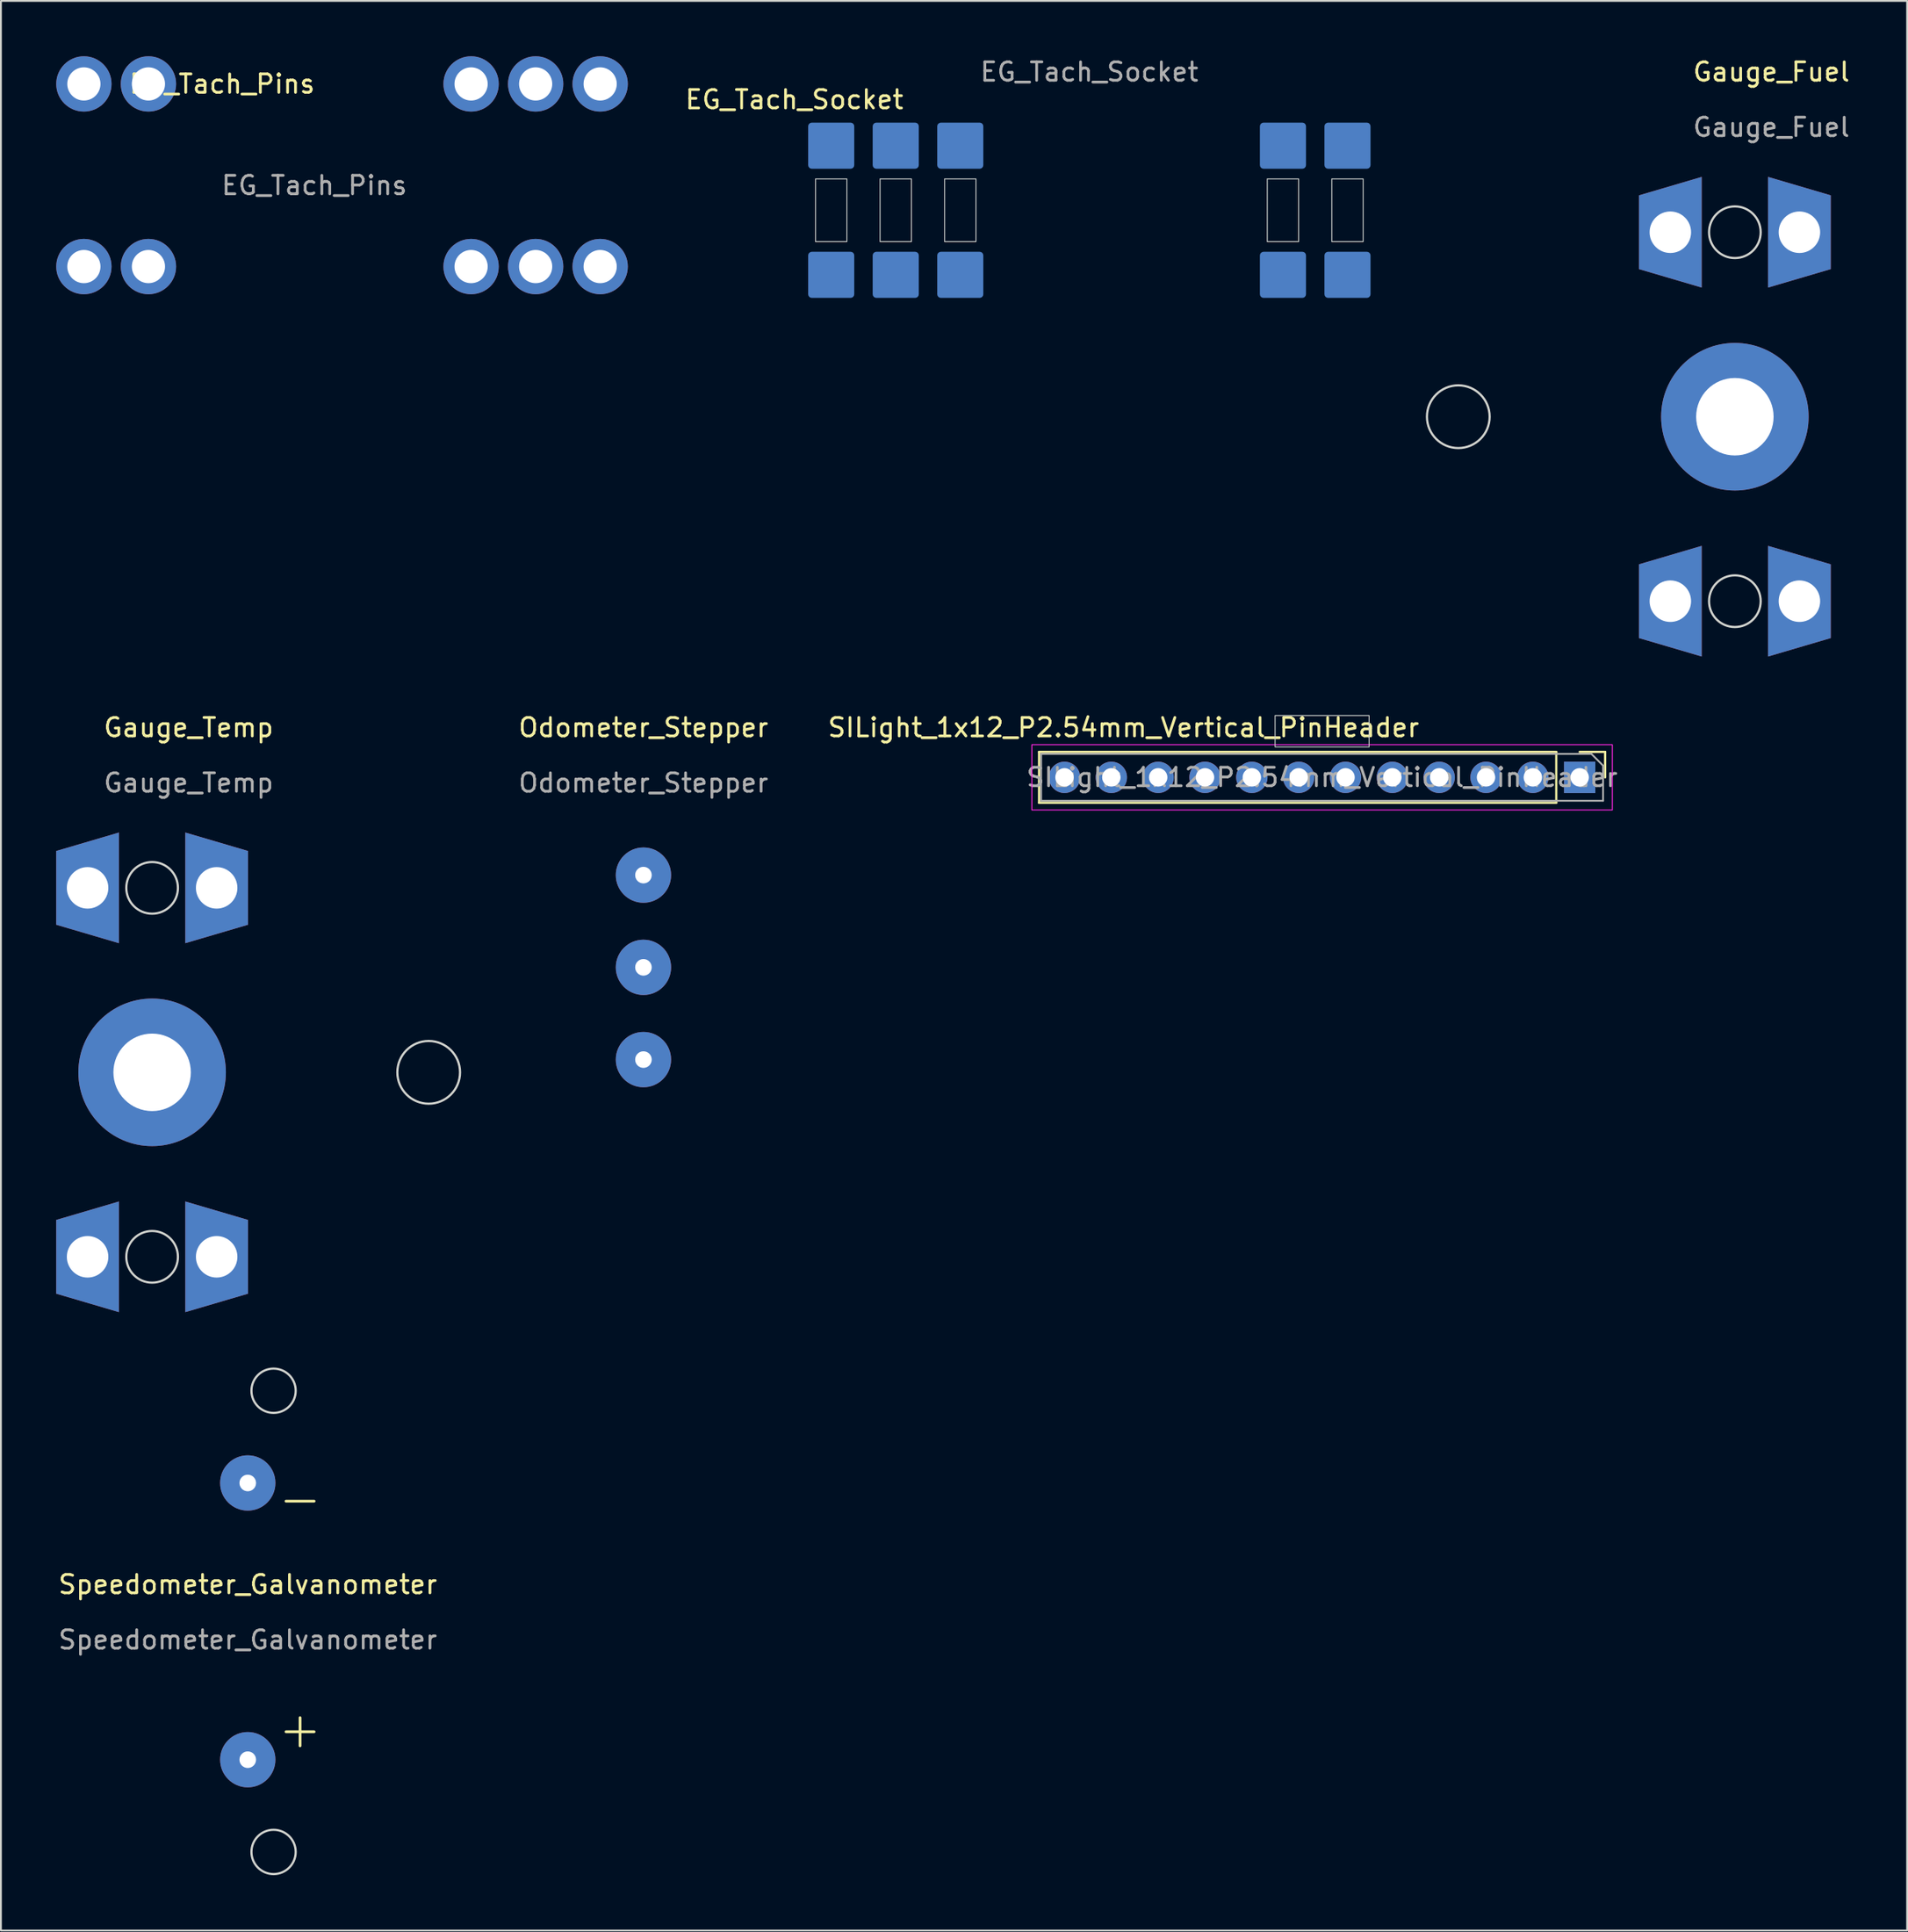
<source format=kicad_pcb>
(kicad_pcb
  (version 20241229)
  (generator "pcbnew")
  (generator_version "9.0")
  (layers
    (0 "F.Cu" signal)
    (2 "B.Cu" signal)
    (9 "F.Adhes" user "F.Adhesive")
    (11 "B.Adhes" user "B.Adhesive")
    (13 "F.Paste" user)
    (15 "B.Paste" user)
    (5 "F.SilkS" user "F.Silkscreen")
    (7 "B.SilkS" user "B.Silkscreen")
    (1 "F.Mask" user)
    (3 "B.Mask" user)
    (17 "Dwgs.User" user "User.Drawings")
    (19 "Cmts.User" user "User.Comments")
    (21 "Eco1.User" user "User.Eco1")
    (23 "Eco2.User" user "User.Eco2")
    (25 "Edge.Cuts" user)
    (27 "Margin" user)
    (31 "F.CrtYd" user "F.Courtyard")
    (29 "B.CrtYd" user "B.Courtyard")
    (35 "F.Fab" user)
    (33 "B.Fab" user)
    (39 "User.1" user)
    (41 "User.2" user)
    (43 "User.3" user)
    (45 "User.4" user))
  (footprint "EG_Tach_Socket"
    (layer "F.Cu")
    (at 42.03 8.348)
    (property "Reference" "EG_Tach_Socket" (at -2 -6 0) (unlocked yes) (layer "F.SilkS") (effects (font (size 1 1) (thickness 0.15))))
    (attr through_hole)
    (fp_rect (start -0.85 -1.7) (end 0.85 1.7) (stroke (width 0.05) (type solid)) (fill no) (layer "Edge.Cuts"))
    (fp_rect (start 2.65 -1.7) (end 4.35 1.7) (stroke (width 0.05) (type solid)) (fill no) (layer "Edge.Cuts"))
    (fp_rect (start 6.15 -1.7) (end 7.85 1.7) (stroke (width 0.05) (type solid)) (fill no) (layer "Edge.Cuts"))
    (fp_rect (start 23.65 -1.7) (end 25.35 1.7) (stroke (width 0.05) (type solid)) (fill no) (layer "Edge.Cuts"))
    (fp_rect (start 27.15 -1.7) (end 28.85 1.7) (stroke (width 0.05) (type solid)) (fill no) (layer "Edge.Cuts"))
    (fp_text user "${REFERENCE}" (at 14 -7.5 0) (unlocked yes) (layer "F.Fab") (effects (font (size 1 1) (thickness 0.15))))
    (pad "1" smd roundrect (at 28 -3.5 90) (size 2.5 2.5) (layers "B.Cu" "B.Mask" "B.Paste") (roundrect_rratio 0.079))
    (pad "1" smd roundrect (at 28 3.5 90) (size 2.5 2.5) (layers "B.Cu" "B.Mask" "B.Paste") (roundrect_rratio 0.079))
    (pad "2" smd roundrect (at 24.5 -3.5 90) (size 2.5 2.5) (layers "B.Cu" "B.Mask" "B.Paste") (roundrect_rratio 0.079))
    (pad "2" smd roundrect (at 24.5 3.5 90) (size 2.5 2.5) (layers "B.Cu" "B.Mask" "B.Paste") (roundrect_rratio 0.079))
    (pad "3" smd roundrect (at 7 -3.5 90) (size 2.5 2.5) (layers "B.Cu" "B.Mask" "B.Paste") (roundrect_rratio 0.079))
    (pad "3" smd roundrect (at 7 3.5 90) (size 2.5 2.5) (layers "B.Cu" "B.Mask" "B.Paste") (roundrect_rratio 0.079))
    (pad "4" smd roundrect (at 3.5 -3.5 90) (size 2.5 2.5) (layers "B.Cu" "B.Mask" "B.Paste") (roundrect_rratio 0.079))
    (pad "4" smd roundrect (at 3.5 3.5 90) (size 2.5 2.5) (layers "B.Cu" "B.Mask" "B.Paste") (roundrect_rratio 0.079))
    (pad "5" smd roundrect (at 0 -3.5 90) (size 2.5 2.5) (layers "B.Cu" "B.Mask" "B.Paste") (roundrect_rratio 0.079))
    (pad "5" smd roundrect (at 0 3.5 90) (size 2.5 2.5) (layers "B.Cu" "B.Mask" "B.Paste") (roundrect_rratio 0.079)))
  (footprint "Gauge_Fuel"
    (layer "F.Cu")
    (at 91.04 19.539)
    (property "Reference" "Gauge_Fuel" (at 1.979 -18.691 0) (unlocked yes) (layer "F.SilkS") (effects (font (size 1 1) (thickness 0.15))))
    (attr through_hole)
    (fp_circle (center -15 0) (end -13.3 0) (stroke (width 0.12) (type solid)) (fill no) (layer "Edge.Cuts"))
    (fp_circle (center 0 -10) (end 1.4 -10) (stroke (width 0.12) (type solid)) (fill no) (layer "Edge.Cuts"))
    (fp_circle (center 0 10) (end 1.4 10) (stroke (width 0.12) (type solid)) (fill no) (layer "Edge.Cuts"))
    (fp_text user "${REFERENCE}" (at 1.979 -15.691 0) (unlocked yes) (layer "F.Fab") (effects (font (size 1 1) (thickness 0.15))))
    (pad "1" thru_hole trapezoid (at -3.5 10) (size 3.4 5) (rect_delta -1 0) (drill 2.25) (layers "*.Cu" "*.Mask"))
    (pad "1" thru_hole trapezoid (at 3.5 10 180) (size 3.4 5) (rect_delta -1 0) (drill 2.25) (layers "*.Cu" "*.Mask"))
    (pad "2" thru_hole circle (at 0 0) (size 8 8) (drill 4.2) (layers "*.Cu" "*.Mask"))
    (pad "3" thru_hole trapezoid (at -3.5 -10) (size 3.4 5) (rect_delta -1 0) (drill 2.25) (layers "*.Cu" "*.Mask"))
    (pad "3" thru_hole trapezoid (at 3.5 -10 180) (size 3.4 5) (rect_delta -1 0) (drill 2.25) (layers "*.Cu" "*.Mask")))
  (footprint "Gauge_Temp"
    (layer "F.Cu")
    (at 5.2 55.079)
    (property "Reference" "Gauge_Temp" (at 1.979 -18.691 0) (unlocked yes) (layer "F.SilkS") (effects (font (size 1 1) (thickness 0.15))))
    (attr through_hole)
    (fp_circle (center 0 -10) (end 1.4 -10) (stroke (width 0.12) (type solid)) (fill no) (layer "Edge.Cuts"))
    (fp_circle (center 0 10) (end 1.4 10) (stroke (width 0.12) (type solid)) (fill no) (layer "Edge.Cuts"))
    (fp_circle (center 15 0) (end 16.7 0) (stroke (width 0.12) (type solid)) (fill no) (layer "Edge.Cuts"))
    (fp_text user "${REFERENCE}" (at 1.979 -15.691 0) (unlocked yes) (layer "F.Fab") (effects (font (size 1 1) (thickness 0.15))))
    (pad "1" thru_hole trapezoid (at -3.5 10) (size 3.4 5) (rect_delta -1 0) (drill 2.25) (layers "*.Cu" "*.Mask"))
    (pad "1" thru_hole trapezoid (at 3.5 10 180) (size 3.4 5) (rect_delta -1 0) (drill 2.25) (layers "*.Cu" "*.Mask"))
    (pad "2" thru_hole circle (at 0 0) (size 8 8) (drill 4.2) (layers "*.Cu" "*.Mask"))
    (pad "3" thru_hole trapezoid (at -3.5 -10) (size 3.4 5) (rect_delta -1 0) (drill 2.25) (layers "*.Cu" "*.Mask"))
    (pad "3" thru_hole trapezoid (at 3.5 -10 180) (size 3.4 5) (rect_delta -1 0) (drill 2.25) (layers "*.Cu" "*.Mask")))
  (footprint "Speedometer_Galvanometer"
    (layer "F.Cu")
    (at 10.387 77.339)
    (property "Reference" "Speedometer_Galvanometer" (at 0 5.5 0) (unlocked yes) (layer "F.SilkS") (effects (font (size 1 1) (thickness 0.15))))
    (attr through_hole)
    (fp_circle (center 1.4 -5) (end 2.6 -5) (stroke (width 0.12) (type solid)) (fill no) (layer "Edge.Cuts"))
    (fp_circle (center 1.4 20) (end 2.6 20) (stroke (width 0.12) (type solid)) (fill no) (layer "Edge.Cuts"))
    (fp_text user "-" (at 1.5 2 0) (unlocked yes) (layer "F.SilkS") (effects (font (size 2 2) (thickness 0.15)) (justify left bottom)))
    (fp_text user "+" (at 1.5 14.5 0) (unlocked yes) (layer "F.SilkS") (effects (font (size 2 2) (thickness 0.15)) (justify left bottom)))
    (fp_text user "${REFERENCE}" (at 0 8.5 0) (unlocked yes) (layer "F.Fab") (effects (font (size 1 1) (thickness 0.15))))
    (pad "1" thru_hole circle (at 0 0) (size 3 3) (drill 0.9) (layers "*.Cu" "*.Mask"))
    (pad "2" thru_hole circle (at 0 15) (size 3 3) (drill 0.9) (layers "*.Cu" "*.Mask")))
  (footprint "Odometer_Stepper"
    (layer "F.Cu")
    (at 31.847 49.388)
    (property "Reference" "Odometer_Stepper" (at 0 -13 0) (unlocked yes) (layer "F.SilkS") (effects (font (size 1 1) (thickness 0.15))))
    (attr through_hole)
    (fp_text user "${REFERENCE}" (at 0 -10 0) (unlocked yes) (layer "F.Fab") (effects (font (size 1 1) (thickness 0.15))))
    (pad "1" thru_hole circle (at 0 -5) (size 3 3) (drill 0.9) (layers "*.Cu" "*.Mask"))
    (pad "2" thru_hole circle (at 0 0) (size 3 3) (drill 0.9) (layers "*.Cu" "*.Mask"))
    (pad "3" thru_hole circle (at 0 5) (size 3 3) (drill 0.9) (layers "*.Cu" "*.Mask")))
  (footprint "EG_Tach_Pins"
    (layer "F.Cu")
    (at 1.5 1.5)
    (property "Reference" "EG_Tach_Pins" (at 7.5 0 0) (unlocked yes) (layer "F.SilkS") (effects (font (size 1 1) (thickness 0.15))))
    (attr through_hole)
    (fp_text user "${REFERENCE}" (at 12.5 5.5 0) (unlocked yes) (layer "F.Fab") (effects (font (size 1 1) (thickness 0.15))))
    (pad "1" thru_hole circle (at 0 0 270) (size 3 3) (drill 1.8) (layers "*.Cu" "*.Mask"))
    (pad "1" thru_hole circle (at 0 9.9 270) (size 3 3) (drill 1.8) (layers "*.Cu" "*.Mask"))
    (pad "2" thru_hole circle (at 3.5 0 270) (size 3 3) (drill 1.8) (layers "*.Cu" "*.Mask"))
    (pad "2" thru_hole circle (at 3.5 9.9 270) (size 3 3) (drill 1.8) (layers "*.Cu" "*.Mask"))
    (pad "3" thru_hole circle (at 21 0 270) (size 3 3) (drill 1.8) (layers "*.Cu" "*.Mask"))
    (pad "3" thru_hole circle (at 21 9.9 270) (size 3 3) (drill 1.8) (layers "*.Cu" "*.Mask"))
    (pad "4" thru_hole circle (at 24.5 0 270) (size 3 3) (drill 1.8) (layers "*.Cu" "*.Mask"))
    (pad "4" thru_hole circle (at 24.5 9.9 270) (size 3 3) (drill 1.8) (layers "*.Cu" "*.Mask"))
    (pad "5" thru_hole circle (at 28 0 270) (size 3 3) (drill 1.8) (layers "*.Cu" "*.Mask"))
    (pad "5" thru_hole circle (at 28 9.9 270) (size 3 3) (drill 1.8) (layers "*.Cu" "*.Mask")))
  (footprint "SILight_1x12_P2.54mm_Vertical_PinHeader"
    (layer "F.Cu")
    (at 54.683 39.088)
    (property "Reference" "SILight_1x12_P2.54mm_Vertical_PinHeader" (at 3.2 -2.7 0) (layer "F.SilkS") (effects (font (size 1 1) (thickness 0.15))))
    (attr through_hole)
    (fp_line (start -1.38 -1.38) (end -1.38 1.38) (stroke (width 0.12) (type solid)) (layer "F.SilkS"))
    (fp_line (start 26.67 -1.38) (end -1.38 -1.38) (stroke (width 0.12) (type solid)) (layer "F.SilkS"))
    (fp_line (start 26.67 -1.38) (end 26.67 1.38) (stroke (width 0.12) (type solid)) (layer "F.SilkS"))
    (fp_line (start 26.67 1.38) (end -1.38 1.38) (stroke (width 0.12) (type solid)) (layer "F.SilkS"))
    (fp_line (start 27.94 -1.38) (end 29.32 -1.38) (stroke (width 0.12) (type solid)) (layer "F.SilkS"))
    (fp_line (start 29.32 -1.38) (end 29.32 0) (stroke (width 0.12) (type solid)) (layer "F.SilkS"))
    (fp_rect (start 11.42 -3.35) (end 16.52 -1.65) (stroke (width 0.05) (type solid)) (fill no) (layer "Edge.Cuts"))
    (fp_rect (start -1.77 -1.77) (end 29.71 1.77) (stroke (width 0.05) (type solid)) (fill no) (layer "F.CrtYd"))
    (fp_line (start -1.27 -1.27) (end 28.575 -1.27) (stroke (width 0.1) (type solid)) (layer "F.Fab"))
    (fp_line (start -1.27 1.27) (end -1.27 -1.27) (stroke (width 0.1) (type solid)) (layer "F.Fab"))
    (fp_line (start 28.575 -1.27) (end 29.21 -0.635) (stroke (width 0.1) (type solid)) (layer "F.Fab"))
    (fp_line (start 29.21 -0.635) (end 29.21 1.27) (stroke (width 0.1) (type solid)) (layer "F.Fab"))
    (fp_line (start 29.21 1.27) (end -1.27 1.27) (stroke (width 0.1) (type solid)) (layer "F.Fab"))
    (fp_text user "${REFERENCE}" (at 13.97 0 0) (layer "F.Fab") (effects (font (size 1 1) (thickness 0.15))))
    (pad "1" thru_hole rect (at 27.94 0 270) (size 1.7 1.7) (drill 1) (layers "*.Cu" "*.Mask"))
    (pad "2" thru_hole circle (at 25.4 0 270) (size 1.7 1.7) (drill 1) (layers "*.Cu" "*.Mask"))
    (pad "3" thru_hole circle (at 22.86 0 270) (size 1.7 1.7) (drill 1) (layers "*.Cu" "*.Mask"))
    (pad "4" thru_hole circle (at 20.32 0 270) (size 1.7 1.7) (drill 1) (layers "*.Cu" "*.Mask"))
    (pad "5" thru_hole circle (at 17.78 0 270) (size 1.7 1.7) (drill 1) (layers "*.Cu" "*.Mask"))
    (pad "6" thru_hole circle (at 15.24 0 270) (size 1.7 1.7) (drill 1) (layers "*.Cu" "*.Mask"))
    (pad "7" thru_hole circle (at 12.7 0 270) (size 1.7 1.7) (drill 1) (layers "*.Cu" "*.Mask"))
    (pad "8" thru_hole circle (at 10.16 0 270) (size 1.7 1.7) (drill 1) (layers "*.Cu" "*.Mask"))
    (pad "9" thru_hole circle (at 7.62 0 270) (size 1.7 1.7) (drill 1) (layers "*.Cu" "*.Mask"))
    (pad "10" thru_hole circle (at 5.08 0 270) (size 1.7 1.7) (drill 1) (layers "*.Cu" "*.Mask"))
    (pad "11" thru_hole circle (at 2.54 0 270) (size 1.7 1.7) (drill 1) (layers "*.Cu" "*.Mask"))
    (pad "12" thru_hole circle (at 0 0 270) (size 1.7 1.7) (drill 1) (layers "*.Cu" "*.Mask")))
  (gr_rect
    (start -3 -3)
    (end 100.382 101.599)
    (stroke (width 0.1) (type default))
    (fill no)
    (layer "Edge.Cuts")))
</source>
